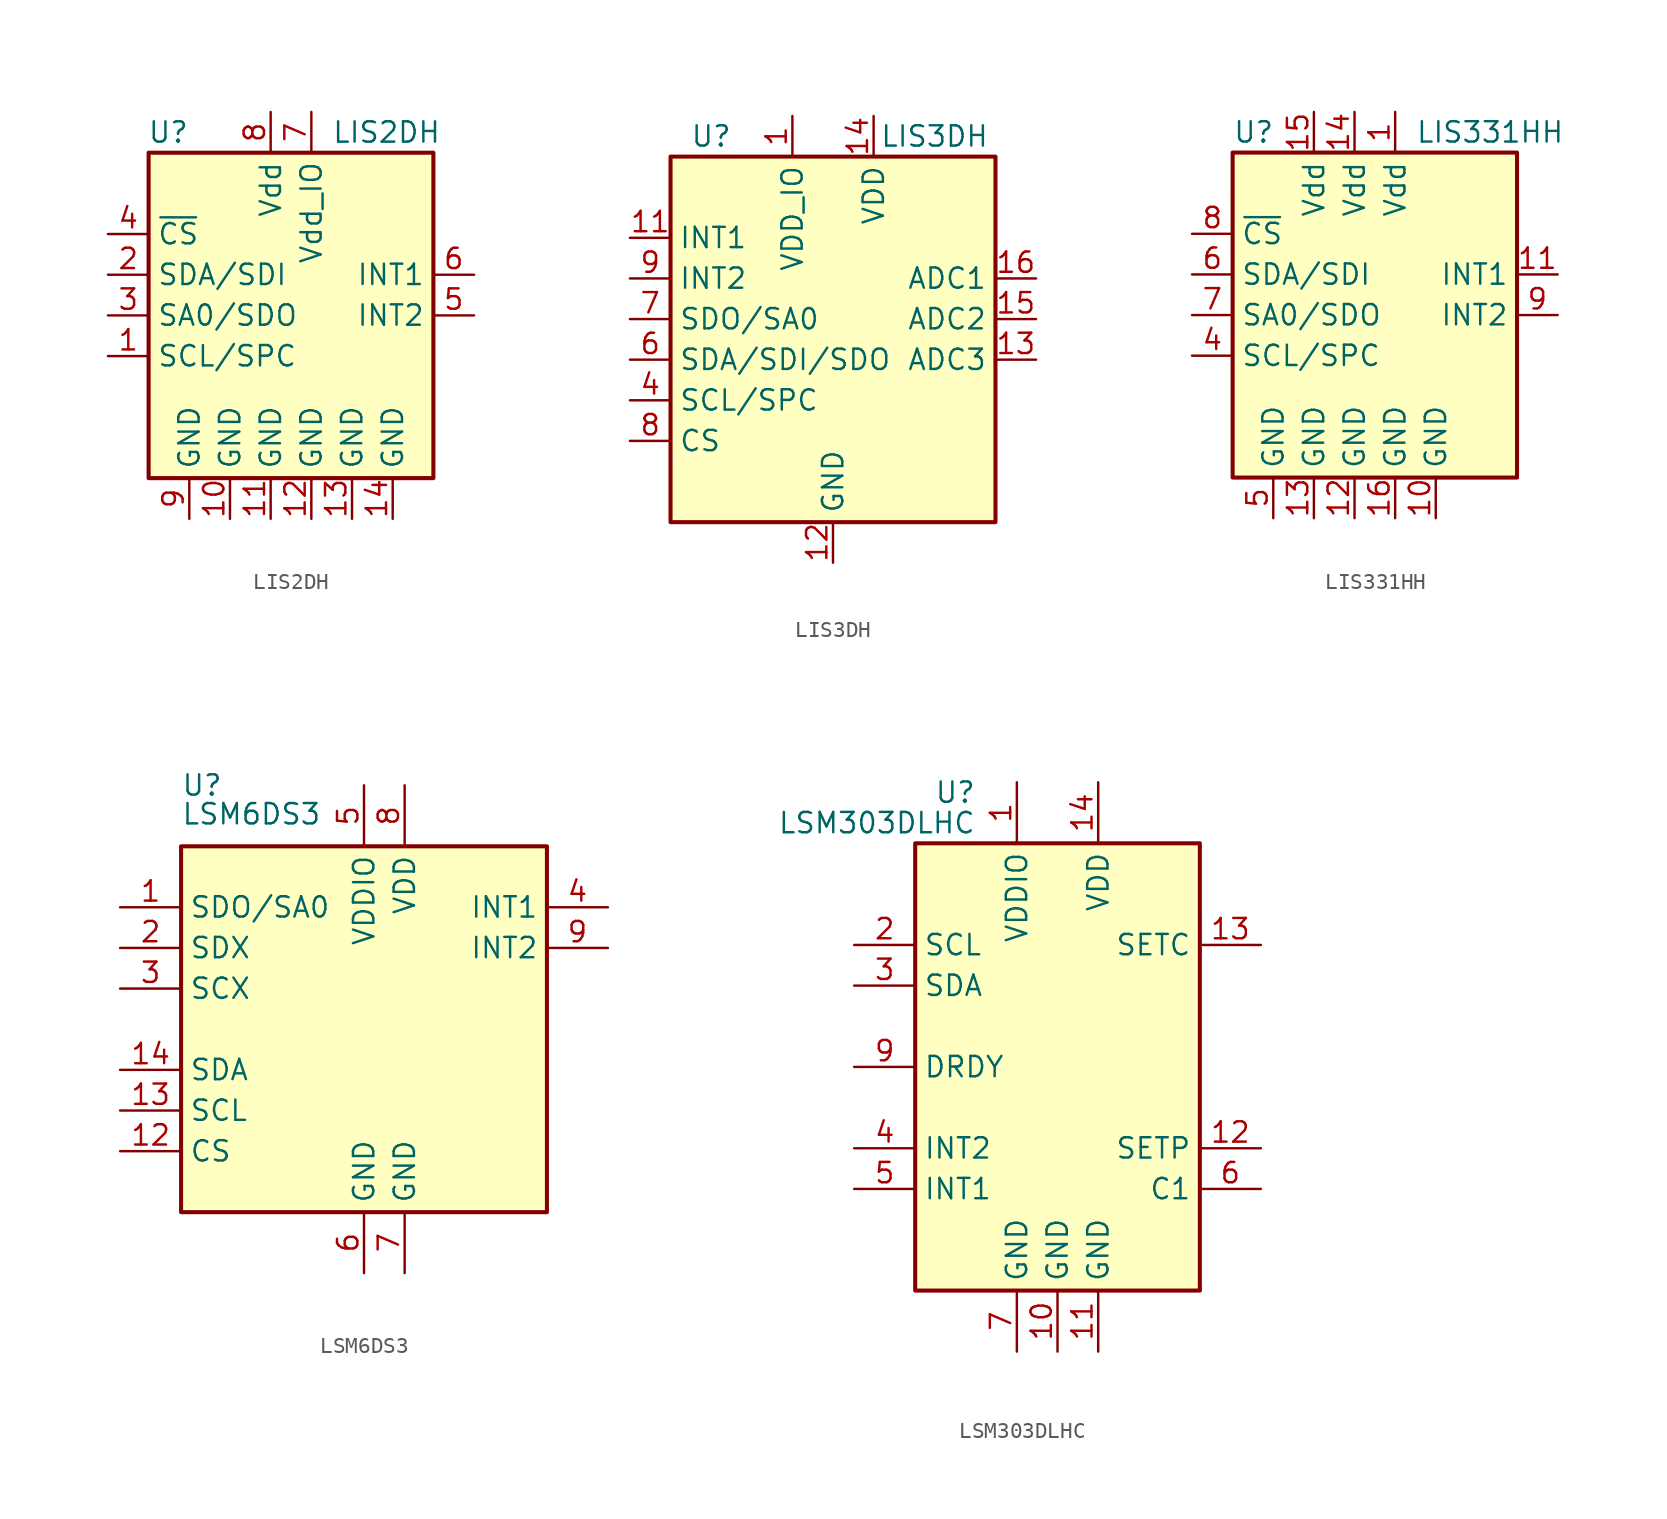
<source format=kicad_sym>
(kicad_symbol_lib
  (version 20200908)
  (generator kicad_symbol_editor)
  (symbol "Sensor_Motion:LIS2DH"
    (property "Reference" "U"
      (at -5.08 11.43 0)
      (effects (font (size 1.27 1.27)) (justify right)))
    (property "Value" "LIS2DH"
      (at 3.81 11.43 0)
      (effects (font (size 1.27 1.27)) (justify left)))
    (symbol "LIS2DH_0_1"
      (rectangle (start -7.62 10.16) (end 10.16 -10.16) (stroke (width 0.254)) (fill (type background))))
    (symbol "LIS2DH_1_1"
      (pin input line (at -10.16 -2.54 0) (length 2.54) (name "SCL/SPC" (effects (font (size 1.27 1.27)))) (number "1" (effects (font (size 1.27 1.27)))))
      (pin power_in line (at -2.54 -12.7 90) (length 2.54) (name "GND" (effects (font (size 1.27 1.27)))) (number "10" (effects (font (size 1.27 1.27)))))
      (pin power_in line (at 0 -12.7 90) (length 2.54) (name "GND" (effects (font (size 1.27 1.27)))) (number "11" (effects (font (size 1.27 1.27)))))
      (pin power_in line (at 2.54 -12.7 90) (length 2.54) (name "GND" (effects (font (size 1.27 1.27)))) (number "12" (effects (font (size 1.27 1.27)))))
      (pin power_in line (at 5.08 -12.7 90) (length 2.54) (name "GND" (effects (font (size 1.27 1.27)))) (number "13" (effects (font (size 1.27 1.27)))))
      (pin power_in line (at 7.62 -12.7 90) (length 2.54) (name "GND" (effects (font (size 1.27 1.27)))) (number "14" (effects (font (size 1.27 1.27)))))
      (pin bidirectional line (at -10.16 2.54 0) (length 2.54) (name "SDA/SDI" (effects (font (size 1.27 1.27)))) (number "2" (effects (font (size 1.27 1.27)))))
      (pin bidirectional line (at -10.16 0 0) (length 2.54) (name "SA0/SDO" (effects (font (size 1.27 1.27)))) (number "3" (effects (font (size 1.27 1.27)))))
      (pin input line (at -10.16 5.08 0) (length 2.54) (name "~CS" (effects (font (size 1.27 1.27)))) (number "4" (effects (font (size 1.27 1.27)))))
      (pin output line (at 12.7 0 180) (length 2.54) (name "INT2" (effects (font (size 1.27 1.27)))) (number "5" (effects (font (size 1.27 1.27)))))
      (pin output line (at 12.7 2.54 180) (length 2.54) (name "INT1" (effects (font (size 1.27 1.27)))) (number "6" (effects (font (size 1.27 1.27)))))
      (pin power_in line (at 2.54 12.7 270) (length 2.54) (name "Vdd_IO" (effects (font (size 1.27 1.27)))) (number "7" (effects (font (size 1.27 1.27)))))
      (pin power_in line (at 0 12.7 270) (length 2.54) (name "Vdd" (effects (font (size 1.27 1.27)))) (number "8" (effects (font (size 1.27 1.27)))))
      (pin power_in line (at -5.08 -12.7 90) (length 2.54) (name "GND" (effects (font (size 1.27 1.27)))) (number "9" (effects (font (size 1.27 1.27)))))))
  (symbol "Sensor_Motion:LIS3DH"
    (property "Reference" "U"
      (at -7.62 11.43 0)
      (effects (font (size 1.27 1.27))))
    (property "Value" "LIS3DH"
      (at 6.35 11.43 0)
      (effects (font (size 1.27 1.27))))
    (symbol "LIS3DH_0_1"
      (rectangle (start -10.16 10.16) (end 10.16 -12.7) (stroke (width 0.254)) (fill (type background))))
    (symbol "LIS3DH_1_1"
      (pin power_in line (at -2.54 12.7 270) (length 2.54) (name "VDD_IO" (effects (font (size 1.27 1.27)))) (number "1" (effects (font (size 1.27 1.27)))))
      (pin passive line (at 0 -15.24 90) (length 2.54) hide (name "GND" (effects (font (size 1.27 1.27)))) (number "10" (effects (font (size 1.27 1.27)))))
      (pin output line (at -12.7 5.08 0) (length 2.54) (name "INT1" (effects (font (size 1.27 1.27)))) (number "11" (effects (font (size 1.27 1.27)))))
      (pin power_in line (at 0 -15.24 90) (length 2.54) (name "GND" (effects (font (size 1.27 1.27)))) (number "12" (effects (font (size 1.27 1.27)))))
      (pin input line (at 12.7 -2.54 180) (length 2.54) (name "ADC3" (effects (font (size 1.27 1.27)))) (number "13" (effects (font (size 1.27 1.27)))))
      (pin power_in line (at 2.54 12.7 270) (length 2.54) (name "VDD" (effects (font (size 1.27 1.27)))) (number "14" (effects (font (size 1.27 1.27)))))
      (pin input line (at 12.7 0 180) (length 2.54) (name "ADC2" (effects (font (size 1.27 1.27)))) (number "15" (effects (font (size 1.27 1.27)))))
      (pin input line (at 12.7 2.54 180) (length 2.54) (name "ADC1" (effects (font (size 1.27 1.27)))) (number "16" (effects (font (size 1.27 1.27)))))
      (pin unconnected line (at 10.16 5.08 180) (length 2.54) hide (name "NC" (effects (font (size 1.27 1.27)))) (number "2" (effects (font (size 1.27 1.27)))))
      (pin unconnected line (at 10.16 7.62 180) (length 2.54) hide (name "NC" (effects (font (size 1.27 1.27)))) (number "3" (effects (font (size 1.27 1.27)))))
      (pin input line (at -12.7 -5.08 0) (length 2.54) (name "SCL/SPC" (effects (font (size 1.27 1.27)))) (number "4" (effects (font (size 1.27 1.27)))))
      (pin passive line (at 0 -15.24 90) (length 2.54) hide (name "GND" (effects (font (size 1.27 1.27)))) (number "5" (effects (font (size 1.27 1.27)))))
      (pin bidirectional line (at -12.7 -2.54 0) (length 2.54) (name "SDA/SDI/SDO" (effects (font (size 1.27 1.27)))) (number "6" (effects (font (size 1.27 1.27)))))
      (pin bidirectional line (at -12.7 0 0) (length 2.54) (name "SDO/SA0" (effects (font (size 1.27 1.27)))) (number "7" (effects (font (size 1.27 1.27)))))
      (pin input line (at -12.7 -7.62 0) (length 2.54) (name "CS" (effects (font (size 1.27 1.27)))) (number "8" (effects (font (size 1.27 1.27)))))
      (pin output line (at -12.7 2.54 0) (length 2.54) (name "INT2" (effects (font (size 1.27 1.27)))) (number "9" (effects (font (size 1.27 1.27)))))))
  (symbol "Sensor_Motion:LIS331HH"
    (property "Reference" "U"
      (at -7.62 11.43 0)
      (effects (font (size 1.27 1.27)) (justify left)))
    (property "Value" "LIS331HH"
      (at 3.81 11.43 0)
      (effects (font (size 1.27 1.27)) (justify left)))
    (symbol "LIS331HH_0_1"
      (rectangle (start -7.62 10.16) (end 10.16 -10.16) (stroke (width 0.254)) (fill (type background))))
    (symbol "LIS331HH_1_1"
      (pin power_in line (at 2.54 12.7 270) (length 2.54) (name "Vdd" (effects (font (size 1.27 1.27)))) (number "1" (effects (font (size 1.27 1.27)))))
      (pin power_in line (at 5.08 -12.7 90) (length 2.54) (name "GND" (effects (font (size 1.27 1.27)))) (number "10" (effects (font (size 1.27 1.27)))))
      (pin output line (at 12.7 2.54 180) (length 2.54) (name "INT1" (effects (font (size 1.27 1.27)))) (number "11" (effects (font (size 1.27 1.27)))))
      (pin power_in line (at 0 -12.7 90) (length 2.54) (name "GND" (effects (font (size 1.27 1.27)))) (number "12" (effects (font (size 1.27 1.27)))))
      (pin power_in line (at -2.54 -12.7 90) (length 2.54) (name "GND" (effects (font (size 1.27 1.27)))) (number "13" (effects (font (size 1.27 1.27)))))
      (pin power_in line (at 0 12.7 270) (length 2.54) (name "Vdd" (effects (font (size 1.27 1.27)))) (number "14" (effects (font (size 1.27 1.27)))))
      (pin power_in line (at -2.54 12.7 270) (length 2.54) (name "Vdd" (effects (font (size 1.27 1.27)))) (number "15" (effects (font (size 1.27 1.27)))))
      (pin power_in line (at 2.54 -12.7 90) (length 2.54) (name "GND" (effects (font (size 1.27 1.27)))) (number "16" (effects (font (size 1.27 1.27)))))
      (pin unconnected line (at 10.16 -2.54 180) (length 2.54) hide (name "NC" (effects (font (size 1.27 1.27)))) (number "2" (effects (font (size 1.27 1.27)))))
      (pin unconnected line (at 10.16 -5.08 180) (length 2.54) hide (name "NC" (effects (font (size 1.27 1.27)))) (number "3" (effects (font (size 1.27 1.27)))))
      (pin input line (at -10.16 -2.54 0) (length 2.54) (name "SCL/SPC" (effects (font (size 1.27 1.27)))) (number "4" (effects (font (size 1.27 1.27)))))
      (pin power_in line (at -5.08 -12.7 90) (length 2.54) (name "GND" (effects (font (size 1.27 1.27)))) (number "5" (effects (font (size 1.27 1.27)))))
      (pin bidirectional line (at -10.16 2.54 0) (length 2.54) (name "SDA/SDI" (effects (font (size 1.27 1.27)))) (number "6" (effects (font (size 1.27 1.27)))))
      (pin output line (at -10.16 0 0) (length 2.54) (name "SA0/SDO" (effects (font (size 1.27 1.27)))) (number "7" (effects (font (size 1.27 1.27)))))
      (pin input line (at -10.16 5.08 0) (length 2.54) (name "~CS" (effects (font (size 1.27 1.27)))) (number "8" (effects (font (size 1.27 1.27)))))
      (pin output line (at 12.7 0 180) (length 2.54) (name "INT2" (effects (font (size 1.27 1.27)))) (number "9" (effects (font (size 1.27 1.27)))))))
  (symbol "Sensor_Motion:LSM6DS3"
    (property "Reference" "U"
      (at -11.43 15.24 0)
      (effects (font (size 1.27 1.27)) (justify left)))
    (property "Value" "LSM6DS3"
      (at -11.43 12.7 0)
      (effects (font (size 1.27 1.27)) (justify left bottom)))
    (symbol "LSM6DS3_0_1"
      (rectangle (start 11.43 11.43) (end -11.43 -11.43) (stroke (width 0.254)) (fill (type background))))
    (symbol "LSM6DS3_1_1"
      (pin bidirectional line (at -15.24 7.62 0) (length 3.81) (name "SDO/SA0" (effects (font (size 1.27 1.27)))) (number "1" (effects (font (size 1.27 1.27)))))
      (pin unconnected line (at 10.16 -5.08 180) (length 3.81) hide (name "NC" (effects (font (size 1.27 1.27)))) (number "10" (effects (font (size 1.27 1.27)))))
      (pin unconnected line (at 10.16 -2.54 180) (length 3.81) hide (name "NC" (effects (font (size 1.27 1.27)))) (number "11" (effects (font (size 1.27 1.27)))))
      (pin input line (at -15.24 -7.62 0) (length 3.81) (name "CS" (effects (font (size 1.27 1.27)))) (number "12" (effects (font (size 1.27 1.27)))))
      (pin input line (at -15.24 -5.08 0) (length 3.81) (name "SCL" (effects (font (size 1.27 1.27)))) (number "13" (effects (font (size 1.27 1.27)))))
      (pin bidirectional line (at -15.24 -2.54 0) (length 3.81) (name "SDA" (effects (font (size 1.27 1.27)))) (number "14" (effects (font (size 1.27 1.27)))))
      (pin bidirectional line (at -15.24 5.08 0) (length 3.81) (name "SDX" (effects (font (size 1.27 1.27)))) (number "2" (effects (font (size 1.27 1.27)))))
      (pin input line (at -15.24 2.54 0) (length 3.81) (name "SCX" (effects (font (size 1.27 1.27)))) (number "3" (effects (font (size 1.27 1.27)))))
      (pin output line (at 15.24 7.62 180) (length 3.81) (name "INT1" (effects (font (size 1.27 1.27)))) (number "4" (effects (font (size 1.27 1.27)))))
      (pin power_in line (at 0 15.24 270) (length 3.81) (name "VDDIO" (effects (font (size 1.27 1.27)))) (number "5" (effects (font (size 1.27 1.27)))))
      (pin power_in line (at 0 -15.24 90) (length 3.81) (name "GND" (effects (font (size 1.27 1.27)))) (number "6" (effects (font (size 1.27 1.27)))))
      (pin power_in line (at 2.54 -15.24 90) (length 3.81) (name "GND" (effects (font (size 1.27 1.27)))) (number "7" (effects (font (size 1.27 1.27)))))
      (pin power_in line (at 2.54 15.24 270) (length 3.81) (name "VDD" (effects (font (size 1.27 1.27)))) (number "8" (effects (font (size 1.27 1.27)))))
      (pin output line (at 15.24 5.08 180) (length 3.81) (name "INT2" (effects (font (size 1.27 1.27)))) (number "9" (effects (font (size 1.27 1.27)))))))
  (symbol "Sensor_Motion:LSM303DLHC"
    (property "Reference" "U"
      (at -5.08 17.145 0)
      (effects (font (size 1.27 1.27)) (justify right)))
    (property "Value" "LSM303DLHC"
      (at -5.08 15.24 0)
      (effects (font (size 1.27 1.27)) (justify right)))
    (symbol "LSM303DLHC_0_1"
      (rectangle (start 8.89 13.97) (end -8.89 -13.97) (stroke (width 0.254)) (fill (type background))))
    (symbol "LSM303DLHC_1_1"
      (pin power_in line (at -2.54 17.78 270) (length 3.81) (name "VDDIO" (effects (font (size 1.27 1.27)))) (number "1" (effects (font (size 1.27 1.27)))))
      (pin power_in line (at 0 -17.78 90) (length 3.81) (name "GND" (effects (font (size 1.27 1.27)))) (number "10" (effects (font (size 1.27 1.27)))))
      (pin power_in line (at 2.54 -17.78 90) (length 3.81) (name "GND" (effects (font (size 1.27 1.27)))) (number "11" (effects (font (size 1.27 1.27)))))
      (pin passive line (at 12.7 -5.08 180) (length 3.81) (name "SETP" (effects (font (size 1.27 1.27)))) (number "12" (effects (font (size 1.27 1.27)))))
      (pin passive line (at 12.7 7.62 180) (length 3.81) (name "SETC" (effects (font (size 1.27 1.27)))) (number "13" (effects (font (size 1.27 1.27)))))
      (pin power_in line (at 2.54 17.78 270) (length 3.81) (name "VDD" (effects (font (size 1.27 1.27)))) (number "14" (effects (font (size 1.27 1.27)))))
      (pin input line (at -12.7 7.62 0) (length 3.81) (name "SCL" (effects (font (size 1.27 1.27)))) (number "2" (effects (font (size 1.27 1.27)))))
      (pin bidirectional line (at -12.7 5.08 0) (length 3.81) (name "SDA" (effects (font (size 1.27 1.27)))) (number "3" (effects (font (size 1.27 1.27)))))
      (pin output line (at -12.7 -5.08 0) (length 3.81) (name "INT2" (effects (font (size 1.27 1.27)))) (number "4" (effects (font (size 1.27 1.27)))))
      (pin output line (at -12.7 -7.62 0) (length 3.81) (name "INT1" (effects (font (size 1.27 1.27)))) (number "5" (effects (font (size 1.27 1.27)))))
      (pin passive line (at 12.7 -7.62 180) (length 3.81) (name "C1" (effects (font (size 1.27 1.27)))) (number "6" (effects (font (size 1.27 1.27)))))
      (pin power_in line (at -2.54 -17.78 90) (length 3.81) (name "GND" (effects (font (size 1.27 1.27)))) (number "7" (effects (font (size 1.27 1.27)))))
      (pin unconnected line (at 7.62 -2.54 180) (length 3.81) hide (name "NC" (effects (font (size 1.27 1.27)))) (number "8" (effects (font (size 1.27 1.27)))))
      (pin output line (at -12.7 0 0) (length 3.81) (name "DRDY" (effects (font (size 1.27 1.27)))) (number "9" (effects (font (size 1.27 1.27))))))))
</source>
